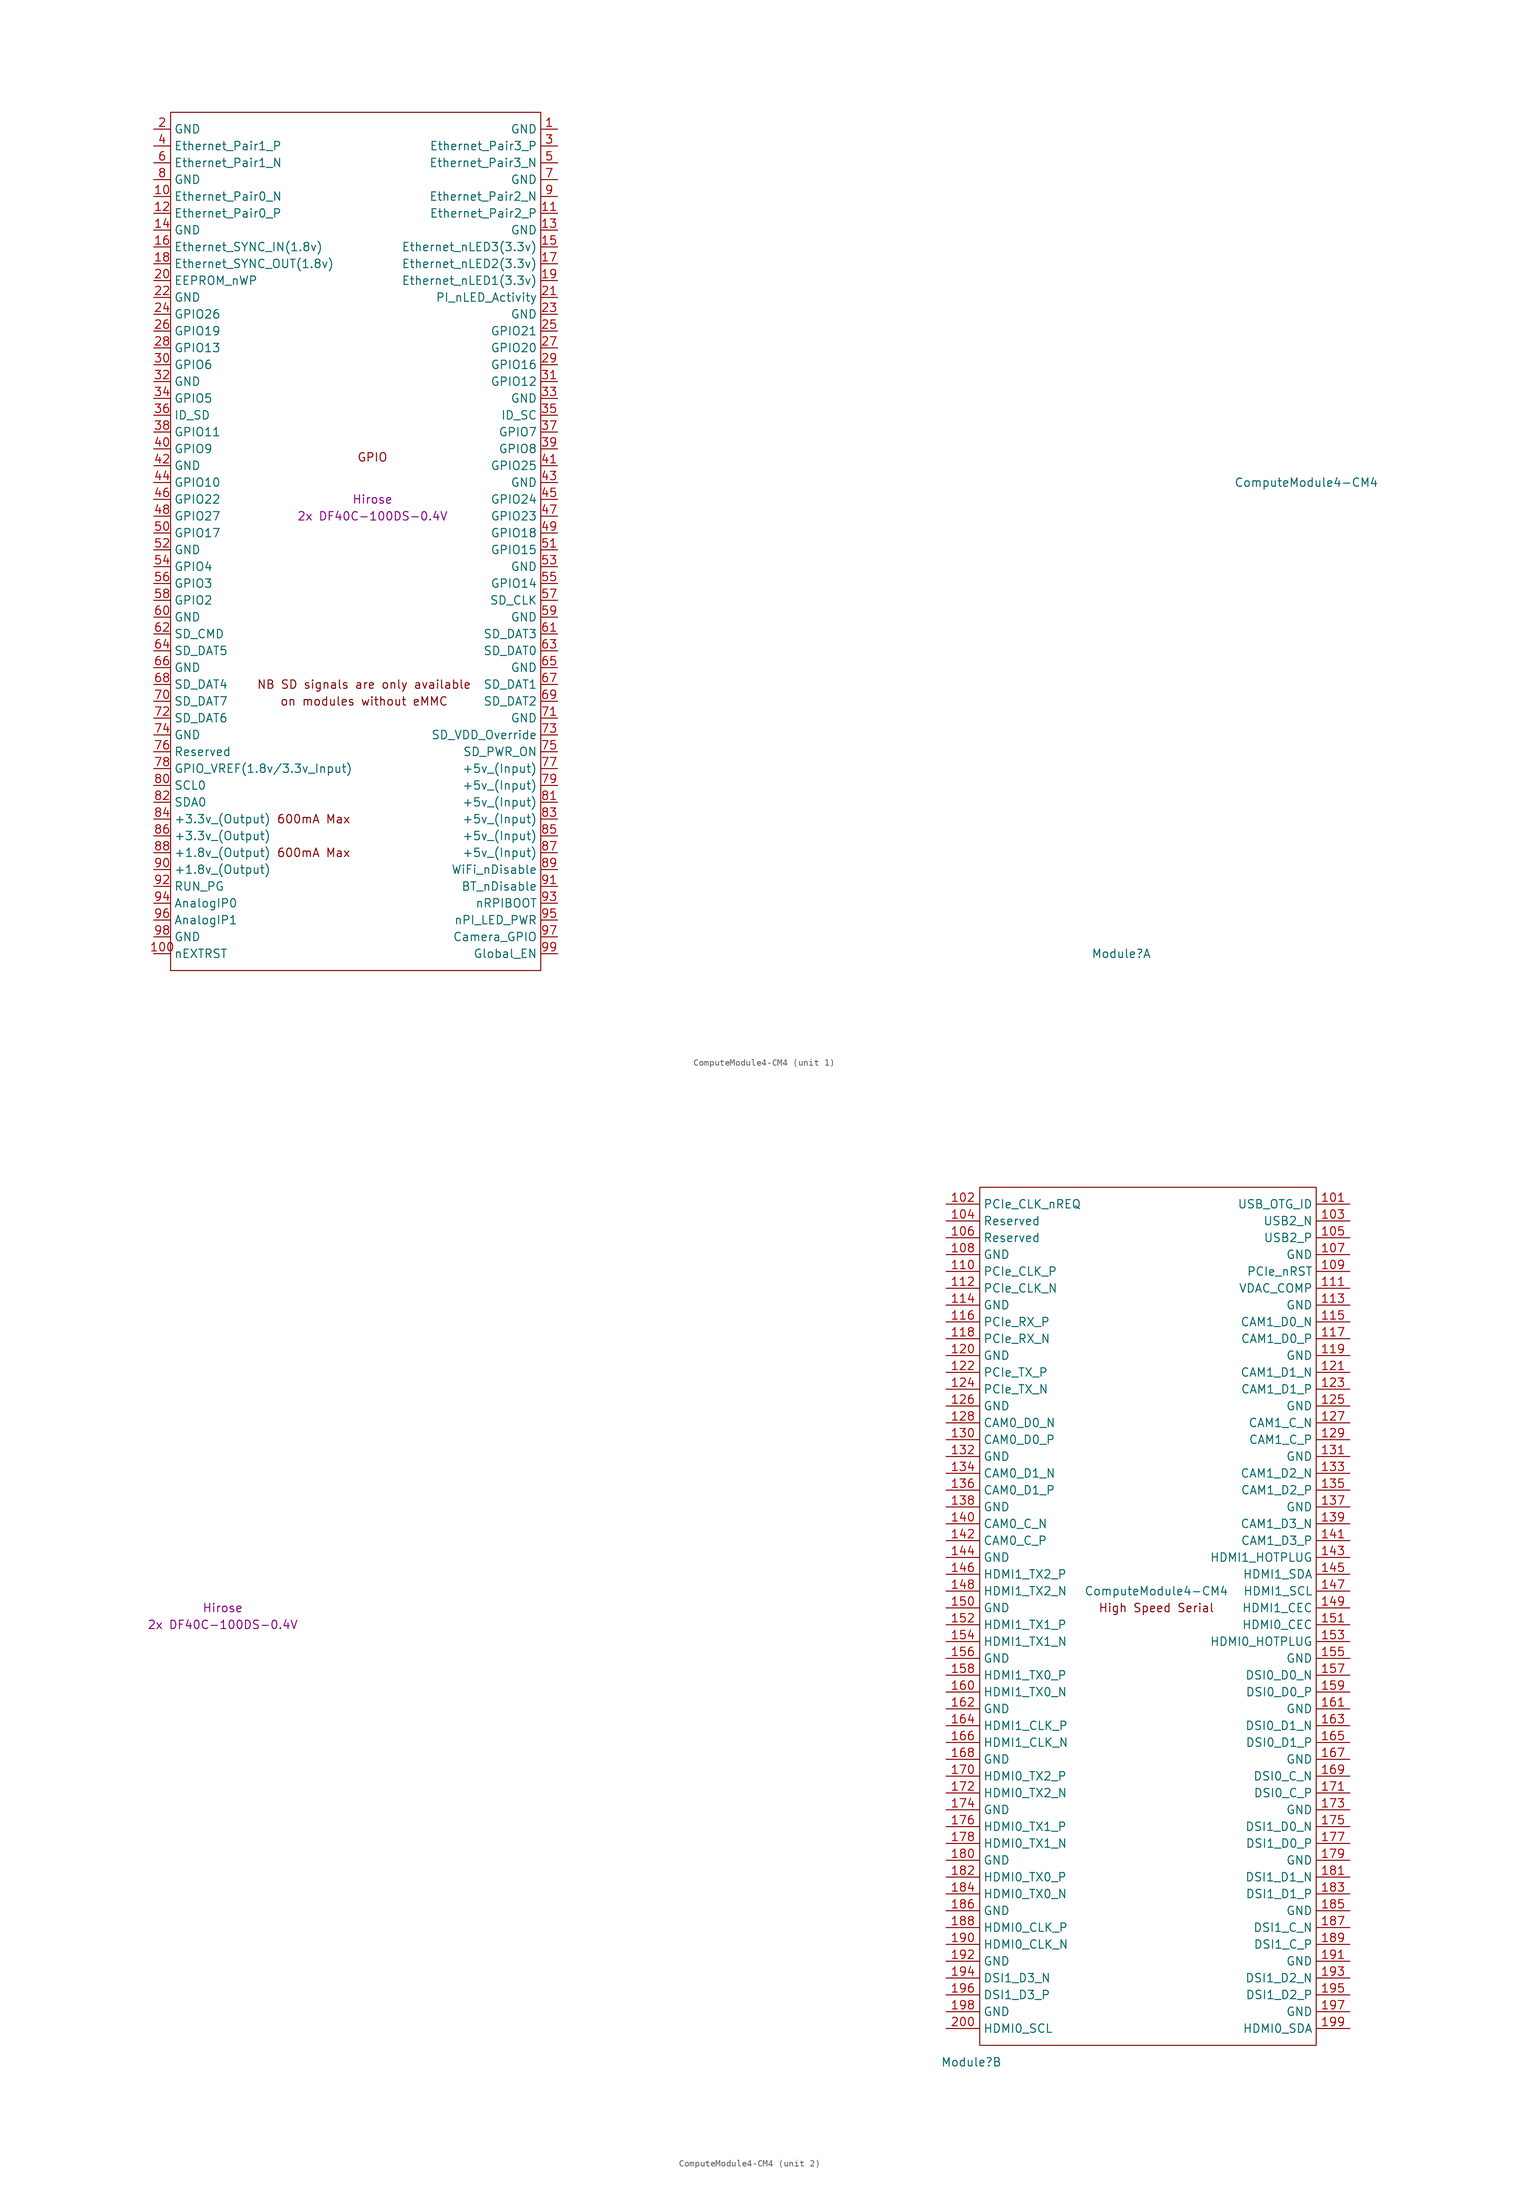
<source format=kicad_sym>
(kicad_symbol_lib
  (version 20201005)
  (generator kicad_symbol_editor)
  (symbol "aep2:ComputeModule4-CM4"
    (property "Reference" "Module"
      (at 113.03 -68.58 0)
      (effects (font (size 1.27 1.27))))
    (property "Value" "ComputeModule4-CM4"
      (at 140.97 2.54 0)
      (effects (font (size 1.27 1.27))))
    (property "Field4" "Hirose"
      (at 0 0 0)
      (effects (font (size 1.27 1.27))))
    (property "Field5" "2x DF40C-100DS-0.4V"
      (at 0 -2.54 0)
      (effects (font (size 1.27 1.27))))
    (symbol "ComputeModule4-CM4_1_0"
      (text "GPIO" (at 0 6.35 0) (effects (font (size 1.27 1.27)))))
    (symbol "ComputeModule4-CM4_1_1"
      (text "600mA Max" (at -8.89 -53.34 0) (effects (font (size 1.27 1.27))))
      (text "600mA Max" (at -8.89 -48.26 0) (effects (font (size 1.27 1.27))))
      (text "NB SD signals are only available" (at -1.27 -27.94 0) (effects (font (size 1.27 1.27))))
      (text "on modules without eMMC" (at -1.27 -30.48 0) (effects (font (size 1.27 1.27))))
      (rectangle (start -30.48 -71.12) (end 25.4 58.42) (stroke (width 0)) (fill (type none)))
      (pin power_in line (at 27.94 55.88 180) (length 2.54) (name "GND" (effects (font (size 1.27 1.27)))) (number "1" (effects (font (size 1.27 1.27)))))
      (pin passive line (at -33.02 45.72 0) (length 2.54) (name "Ethernet_Pair0_N" (effects (font (size 1.27 1.27)))) (number "10" (effects (font (size 1.27 1.27)))))
      (pin output line (at -33.02 -68.58 0) (length 2.54) (name "nEXTRST" (effects (font (size 1.27 1.27)))) (number "100" (effects (font (size 1.27 1.27)))))
      (pin passive line (at 27.94 43.18 180) (length 2.54) (name "Ethernet_Pair2_P" (effects (font (size 1.27 1.27)))) (number "11" (effects (font (size 1.27 1.27)))))
      (pin passive line (at -33.02 43.18 0) (length 2.54) (name "Ethernet_Pair0_P" (effects (font (size 1.27 1.27)))) (number "12" (effects (font (size 1.27 1.27)))))
      (pin power_in line (at 27.94 40.64 180) (length 2.54) (name "GND" (effects (font (size 1.27 1.27)))) (number "13" (effects (font (size 1.27 1.27)))))
      (pin power_in line (at -33.02 40.64 0) (length 2.54) (name "GND" (effects (font (size 1.27 1.27)))) (number "14" (effects (font (size 1.27 1.27)))))
      (pin output line (at 27.94 38.1 180) (length 2.54) (name "Ethernet_nLED3(3.3v)" (effects (font (size 1.27 1.27)))) (number "15" (effects (font (size 1.27 1.27)))))
      (pin input line (at -33.02 38.1 0) (length 2.54) (name "Ethernet_SYNC_IN(1.8v)" (effects (font (size 1.27 1.27)))) (number "16" (effects (font (size 1.27 1.27)))))
      (pin output line (at 27.94 35.56 180) (length 2.54) (name "Ethernet_nLED2(3.3v)" (effects (font (size 1.27 1.27)))) (number "17" (effects (font (size 1.27 1.27)))))
      (pin input line (at -33.02 35.56 0) (length 2.54) (name "Ethernet_SYNC_OUT(1.8v)" (effects (font (size 1.27 1.27)))) (number "18" (effects (font (size 1.27 1.27)))))
      (pin output line (at 27.94 33.02 180) (length 2.54) (name "Ethernet_nLED1(3.3v)" (effects (font (size 1.27 1.27)))) (number "19" (effects (font (size 1.27 1.27)))))
      (pin power_in line (at -33.02 55.88 0) (length 2.54) (name "GND" (effects (font (size 1.27 1.27)))) (number "2" (effects (font (size 1.27 1.27)))))
      (pin passive line (at -33.02 33.02 0) (length 2.54) (name "EEPROM_nWP" (effects (font (size 1.27 1.27)))) (number "20" (effects (font (size 1.27 1.27)))))
      (pin open_collector line (at 27.94 30.48 180) (length 2.54) (name "PI_nLED_Activity" (effects (font (size 1.27 1.27)))) (number "21" (effects (font (size 1.27 1.27)))))
      (pin power_in line (at -33.02 30.48 0) (length 2.54) (name "GND" (effects (font (size 1.27 1.27)))) (number "22" (effects (font (size 1.27 1.27)))))
      (pin power_in line (at 27.94 27.94 180) (length 2.54) (name "GND" (effects (font (size 1.27 1.27)))) (number "23" (effects (font (size 1.27 1.27)))))
      (pin passive line (at -33.02 27.94 0) (length 2.54) (name "GPIO26" (effects (font (size 1.27 1.27)))) (number "24" (effects (font (size 1.27 1.27)))))
      (pin passive line (at 27.94 25.4 180) (length 2.54) (name "GPIO21" (effects (font (size 1.27 1.27)))) (number "25" (effects (font (size 1.27 1.27)))))
      (pin passive line (at -33.02 25.4 0) (length 2.54) (name "GPIO19" (effects (font (size 1.27 1.27)))) (number "26" (effects (font (size 1.27 1.27)))))
      (pin passive line (at 27.94 22.86 180) (length 2.54) (name "GPIO20" (effects (font (size 1.27 1.27)))) (number "27" (effects (font (size 1.27 1.27)))))
      (pin passive line (at -33.02 22.86 0) (length 2.54) (name "GPIO13" (effects (font (size 1.27 1.27)))) (number "28" (effects (font (size 1.27 1.27)))))
      (pin passive line (at 27.94 20.32 180) (length 2.54) (name "GPIO16" (effects (font (size 1.27 1.27)))) (number "29" (effects (font (size 1.27 1.27)))))
      (pin passive line (at 27.94 53.34 180) (length 2.54) (name "Ethernet_Pair3_P" (effects (font (size 1.27 1.27)))) (number "3" (effects (font (size 1.27 1.27)))))
      (pin passive line (at -33.02 20.32 0) (length 2.54) (name "GPIO6" (effects (font (size 1.27 1.27)))) (number "30" (effects (font (size 1.27 1.27)))))
      (pin passive line (at 27.94 17.78 180) (length 2.54) (name "GPIO12" (effects (font (size 1.27 1.27)))) (number "31" (effects (font (size 1.27 1.27)))))
      (pin power_in line (at -33.02 17.78 0) (length 2.54) (name "GND" (effects (font (size 1.27 1.27)))) (number "32" (effects (font (size 1.27 1.27)))))
      (pin power_in line (at 27.94 15.24 180) (length 2.54) (name "GND" (effects (font (size 1.27 1.27)))) (number "33" (effects (font (size 1.27 1.27)))))
      (pin passive line (at -33.02 15.24 0) (length 2.54) (name "GPIO5" (effects (font (size 1.27 1.27)))) (number "34" (effects (font (size 1.27 1.27)))))
      (pin passive line (at 27.94 12.7 180) (length 2.54) (name "ID_SC" (effects (font (size 1.27 1.27)))) (number "35" (effects (font (size 1.27 1.27)))))
      (pin passive line (at -33.02 12.7 0) (length 2.54) (name "ID_SD" (effects (font (size 1.27 1.27)))) (number "36" (effects (font (size 1.27 1.27)))))
      (pin passive line (at 27.94 10.16 180) (length 2.54) (name "GPIO7" (effects (font (size 1.27 1.27)))) (number "37" (effects (font (size 1.27 1.27)))))
      (pin passive line (at -33.02 10.16 0) (length 2.54) (name "GPIO11" (effects (font (size 1.27 1.27)))) (number "38" (effects (font (size 1.27 1.27)))))
      (pin passive line (at 27.94 7.62 180) (length 2.54) (name "GPIO8" (effects (font (size 1.27 1.27)))) (number "39" (effects (font (size 1.27 1.27)))))
      (pin passive line (at -33.02 53.34 0) (length 2.54) (name "Ethernet_Pair1_P" (effects (font (size 1.27 1.27)))) (number "4" (effects (font (size 1.27 1.27)))))
      (pin passive line (at -33.02 7.62 0) (length 2.54) (name "GPIO9" (effects (font (size 1.27 1.27)))) (number "40" (effects (font (size 1.27 1.27)))))
      (pin passive line (at 27.94 5.08 180) (length 2.54) (name "GPIO25" (effects (font (size 1.27 1.27)))) (number "41" (effects (font (size 1.27 1.27)))))
      (pin power_in line (at -33.02 5.08 0) (length 2.54) (name "GND" (effects (font (size 1.27 1.27)))) (number "42" (effects (font (size 1.27 1.27)))))
      (pin power_in line (at 27.94 2.54 180) (length 2.54) (name "GND" (effects (font (size 1.27 1.27)))) (number "43" (effects (font (size 1.27 1.27)))))
      (pin passive line (at -33.02 2.54 0) (length 2.54) (name "GPIO10" (effects (font (size 1.27 1.27)))) (number "44" (effects (font (size 1.27 1.27)))))
      (pin passive line (at 27.94 0 180) (length 2.54) (name "GPIO24" (effects (font (size 1.27 1.27)))) (number "45" (effects (font (size 1.27 1.27)))))
      (pin passive line (at -33.02 0 0) (length 2.54) (name "GPIO22" (effects (font (size 1.27 1.27)))) (number "46" (effects (font (size 1.27 1.27)))))
      (pin passive line (at 27.94 -2.54 180) (length 2.54) (name "GPIO23" (effects (font (size 1.27 1.27)))) (number "47" (effects (font (size 1.27 1.27)))))
      (pin passive line (at -33.02 -2.54 0) (length 2.54) (name "GPIO27" (effects (font (size 1.27 1.27)))) (number "48" (effects (font (size 1.27 1.27)))))
      (pin passive line (at 27.94 -5.08 180) (length 2.54) (name "GPIO18" (effects (font (size 1.27 1.27)))) (number "49" (effects (font (size 1.27 1.27)))))
      (pin passive line (at 27.94 50.8 180) (length 2.54) (name "Ethernet_Pair3_N" (effects (font (size 1.27 1.27)))) (number "5" (effects (font (size 1.27 1.27)))))
      (pin passive line (at -33.02 -5.08 0) (length 2.54) (name "GPIO17" (effects (font (size 1.27 1.27)))) (number "50" (effects (font (size 1.27 1.27)))))
      (pin passive line (at 27.94 -7.62 180) (length 2.54) (name "GPIO15" (effects (font (size 1.27 1.27)))) (number "51" (effects (font (size 1.27 1.27)))))
      (pin power_in line (at -33.02 -7.62 0) (length 2.54) (name "GND" (effects (font (size 1.27 1.27)))) (number "52" (effects (font (size 1.27 1.27)))))
      (pin power_in line (at 27.94 -10.16 180) (length 2.54) (name "GND" (effects (font (size 1.27 1.27)))) (number "53" (effects (font (size 1.27 1.27)))))
      (pin passive line (at -33.02 -10.16 0) (length 2.54) (name "GPIO4" (effects (font (size 1.27 1.27)))) (number "54" (effects (font (size 1.27 1.27)))))
      (pin passive line (at 27.94 -12.7 180) (length 2.54) (name "GPIO14" (effects (font (size 1.27 1.27)))) (number "55" (effects (font (size 1.27 1.27)))))
      (pin passive line (at -33.02 -12.7 0) (length 2.54) (name "GPIO3" (effects (font (size 1.27 1.27)))) (number "56" (effects (font (size 1.27 1.27)))))
      (pin passive line (at 27.94 -15.24 180) (length 2.54) (name "SD_CLK" (effects (font (size 1.27 1.27)))) (number "57" (effects (font (size 1.27 1.27)))))
      (pin passive line (at -33.02 -15.24 0) (length 2.54) (name "GPIO2" (effects (font (size 1.27 1.27)))) (number "58" (effects (font (size 1.27 1.27)))))
      (pin power_in line (at 27.94 -17.78 180) (length 2.54) (name "GND" (effects (font (size 1.27 1.27)))) (number "59" (effects (font (size 1.27 1.27)))))
      (pin passive line (at -33.02 50.8 0) (length 2.54) (name "Ethernet_Pair1_N" (effects (font (size 1.27 1.27)))) (number "6" (effects (font (size 1.27 1.27)))))
      (pin power_in line (at -33.02 -17.78 0) (length 2.54) (name "GND" (effects (font (size 1.27 1.27)))) (number "60" (effects (font (size 1.27 1.27)))))
      (pin passive line (at 27.94 -20.32 180) (length 2.54) (name "SD_DAT3" (effects (font (size 1.27 1.27)))) (number "61" (effects (font (size 1.27 1.27)))))
      (pin passive line (at -33.02 -20.32 0) (length 2.54) (name "SD_CMD" (effects (font (size 1.27 1.27)))) (number "62" (effects (font (size 1.27 1.27)))))
      (pin passive line (at 27.94 -22.86 180) (length 2.54) (name "SD_DAT0" (effects (font (size 1.27 1.27)))) (number "63" (effects (font (size 1.27 1.27)))))
      (pin passive line (at -33.02 -22.86 0) (length 2.54) (name "SD_DAT5" (effects (font (size 1.27 1.27)))) (number "64" (effects (font (size 1.27 1.27)))))
      (pin power_in line (at 27.94 -25.4 180) (length 2.54) (name "GND" (effects (font (size 1.27 1.27)))) (number "65" (effects (font (size 1.27 1.27)))))
      (pin power_in line (at -33.02 -25.4 0) (length 2.54) (name "GND" (effects (font (size 1.27 1.27)))) (number "66" (effects (font (size 1.27 1.27)))))
      (pin passive line (at 27.94 -27.94 180) (length 2.54) (name "SD_DAT1" (effects (font (size 1.27 1.27)))) (number "67" (effects (font (size 1.27 1.27)))))
      (pin passive line (at -33.02 -27.94 0) (length 2.54) (name "SD_DAT4" (effects (font (size 1.27 1.27)))) (number "68" (effects (font (size 1.27 1.27)))))
      (pin passive line (at 27.94 -30.48 180) (length 2.54) (name "SD_DAT2" (effects (font (size 1.27 1.27)))) (number "69" (effects (font (size 1.27 1.27)))))
      (pin power_in line (at 27.94 48.26 180) (length 2.54) (name "GND" (effects (font (size 1.27 1.27)))) (number "7" (effects (font (size 1.27 1.27)))))
      (pin passive line (at -33.02 -30.48 0) (length 2.54) (name "SD_DAT7" (effects (font (size 1.27 1.27)))) (number "70" (effects (font (size 1.27 1.27)))))
      (pin power_in line (at 27.94 -33.02 180) (length 2.54) (name "GND" (effects (font (size 1.27 1.27)))) (number "71" (effects (font (size 1.27 1.27)))))
      (pin passive line (at -33.02 -33.02 0) (length 2.54) (name "SD_DAT6" (effects (font (size 1.27 1.27)))) (number "72" (effects (font (size 1.27 1.27)))))
      (pin input line (at 27.94 -35.56 180) (length 2.54) (name "SD_VDD_Override" (effects (font (size 1.27 1.27)))) (number "73" (effects (font (size 1.27 1.27)))))
      (pin power_in line (at -33.02 -35.56 0) (length 2.54) (name "GND" (effects (font (size 1.27 1.27)))) (number "74" (effects (font (size 1.27 1.27)))))
      (pin output line (at 27.94 -38.1 180) (length 2.54) (name "SD_PWR_ON" (effects (font (size 1.27 1.27)))) (number "75" (effects (font (size 1.27 1.27)))))
      (pin passive line (at -33.02 -38.1 0) (length 2.54) (name "Reserved" (effects (font (size 1.27 1.27)))) (number "76" (effects (font (size 1.27 1.27)))))
      (pin power_in line (at 27.94 -40.64 180) (length 2.54) (name "+5v_(Input)" (effects (font (size 1.27 1.27)))) (number "77" (effects (font (size 1.27 1.27)))))
      (pin power_in line (at -33.02 -40.64 0) (length 2.54) (name "GPIO_VREF(1.8v/3.3v_Input)" (effects (font (size 1.27 1.27)))) (number "78" (effects (font (size 1.27 1.27)))))
      (pin power_in line (at 27.94 -43.18 180) (length 2.54) (name "+5v_(Input)" (effects (font (size 1.27 1.27)))) (number "79" (effects (font (size 1.27 1.27)))))
      (pin power_in line (at -33.02 48.26 0) (length 2.54) (name "GND" (effects (font (size 1.27 1.27)))) (number "8" (effects (font (size 1.27 1.27)))))
      (pin passive line (at -33.02 -43.18 0) (length 2.54) (name "SCL0" (effects (font (size 1.27 1.27)))) (number "80" (effects (font (size 1.27 1.27)))))
      (pin power_in line (at 27.94 -45.72 180) (length 2.54) (name "+5v_(Input)" (effects (font (size 1.27 1.27)))) (number "81" (effects (font (size 1.27 1.27)))))
      (pin passive line (at -33.02 -45.72 0) (length 2.54) (name "SDA0" (effects (font (size 1.27 1.27)))) (number "82" (effects (font (size 1.27 1.27)))))
      (pin power_in line (at 27.94 -48.26 180) (length 2.54) (name "+5v_(Input)" (effects (font (size 1.27 1.27)))) (number "83" (effects (font (size 1.27 1.27)))))
      (pin power_out line (at -33.02 -48.26 0) (length 2.54) (name "+3.3v_(Output)" (effects (font (size 1.27 1.27)))) (number "84" (effects (font (size 1.27 1.27)))))
      (pin power_in line (at 27.94 -50.8 180) (length 2.54) (name "+5v_(Input)" (effects (font (size 1.27 1.27)))) (number "85" (effects (font (size 1.27 1.27)))))
      (pin power_out line (at -33.02 -50.8 0) (length 2.54) (name "+3.3v_(Output)" (effects (font (size 1.27 1.27)))) (number "86" (effects (font (size 1.27 1.27)))))
      (pin power_in line (at 27.94 -53.34 180) (length 2.54) (name "+5v_(Input)" (effects (font (size 1.27 1.27)))) (number "87" (effects (font (size 1.27 1.27)))))
      (pin power_out line (at -33.02 -53.34 0) (length 2.54) (name "+1.8v_(Output)" (effects (font (size 1.27 1.27)))) (number "88" (effects (font (size 1.27 1.27)))))
      (pin power_in line (at 27.94 -55.88 180) (length 2.54) (name "WiFi_nDisable" (effects (font (size 1.27 1.27)))) (number "89" (effects (font (size 1.27 1.27)))))
      (pin passive line (at 27.94 45.72 180) (length 2.54) (name "Ethernet_Pair2_N" (effects (font (size 1.27 1.27)))) (number "9" (effects (font (size 1.27 1.27)))))
      (pin power_out line (at -33.02 -55.88 0) (length 2.54) (name "+1.8v_(Output)" (effects (font (size 1.27 1.27)))) (number "90" (effects (font (size 1.27 1.27)))))
      (pin power_in line (at 27.94 -58.42 180) (length 2.54) (name "BT_nDisable" (effects (font (size 1.27 1.27)))) (number "91" (effects (font (size 1.27 1.27)))))
      (pin passive line (at -33.02 -58.42 0) (length 2.54) (name "RUN_PG" (effects (font (size 1.27 1.27)))) (number "92" (effects (font (size 1.27 1.27)))))
      (pin input line (at 27.94 -60.96 180) (length 2.54) (name "nRPIBOOT" (effects (font (size 1.27 1.27)))) (number "93" (effects (font (size 1.27 1.27)))))
      (pin passive line (at -33.02 -60.96 0) (length 2.54) (name "AnalogIP0" (effects (font (size 1.27 1.27)))) (number "94" (effects (font (size 1.27 1.27)))))
      (pin output line (at 27.94 -63.5 180) (length 2.54) (name "nPI_LED_PWR" (effects (font (size 1.27 1.27)))) (number "95" (effects (font (size 1.27 1.27)))))
      (pin passive line (at -33.02 -63.5 0) (length 2.54) (name "AnalogIP1" (effects (font (size 1.27 1.27)))) (number "96" (effects (font (size 1.27 1.27)))))
      (pin passive line (at 27.94 -66.04 180) (length 2.54) (name "Camera_GPIO" (effects (font (size 1.27 1.27)))) (number "97" (effects (font (size 1.27 1.27)))))
      (pin power_in line (at -33.02 -66.04 0) (length 2.54) (name "GND" (effects (font (size 1.27 1.27)))) (number "98" (effects (font (size 1.27 1.27)))))
      (pin input line (at 27.94 -68.58 180) (length 2.54) (name "Global_EN" (effects (font (size 1.27 1.27)))) (number "99" (effects (font (size 1.27 1.27))))))
    (symbol "ComputeModule4-CM4_2_1"
      (text "High Speed Serial" (at 140.97 0 0) (effects (font (size 1.27 1.27))))
      (rectangle (start 114.3 -66.04) (end 165.1 63.5) (stroke (width 0)) (fill (type none)))
      (pin input line (at 170.18 60.96 180) (length 5.08) (name "USB_OTG_ID" (effects (font (size 1.27 1.27)))) (number "101" (effects (font (size 1.27 1.27)))))
      (pin input line (at 109.22 60.96 0) (length 5.08) (name "PCIe_CLK_nREQ" (effects (font (size 1.27 1.27)))) (number "102" (effects (font (size 1.27 1.27)))))
      (pin passive line (at 170.18 58.42 180) (length 5.08) (name "USB2_N" (effects (font (size 1.27 1.27)))) (number "103" (effects (font (size 1.27 1.27)))))
      (pin passive line (at 109.22 58.42 0) (length 5.08) (name "Reserved" (effects (font (size 1.27 1.27)))) (number "104" (effects (font (size 1.27 1.27)))))
      (pin passive line (at 170.18 55.88 180) (length 5.08) (name "USB2_P" (effects (font (size 1.27 1.27)))) (number "105" (effects (font (size 1.27 1.27)))))
      (pin passive line (at 109.22 55.88 0) (length 5.08) (name "Reserved" (effects (font (size 1.27 1.27)))) (number "106" (effects (font (size 1.27 1.27)))))
      (pin power_in line (at 170.18 53.34 180) (length 5.08) (name "GND" (effects (font (size 1.27 1.27)))) (number "107" (effects (font (size 1.27 1.27)))))
      (pin power_in line (at 109.22 53.34 0) (length 5.08) (name "GND" (effects (font (size 1.27 1.27)))) (number "108" (effects (font (size 1.27 1.27)))))
      (pin bidirectional line (at 170.18 50.8 180) (length 5.08) (name "PCIe_nRST" (effects (font (size 1.27 1.27)))) (number "109" (effects (font (size 1.27 1.27)))))
      (pin output line (at 109.22 50.8 0) (length 5.08) (name "PCIe_CLK_P" (effects (font (size 1.27 1.27)))) (number "110" (effects (font (size 1.27 1.27)))))
      (pin passive line (at 170.18 48.26 180) (length 5.08) (name "VDAC_COMP" (effects (font (size 1.27 1.27)))) (number "111" (effects (font (size 1.27 1.27)))))
      (pin output line (at 109.22 48.26 0) (length 5.08) (name "PCIe_CLK_N" (effects (font (size 1.27 1.27)))) (number "112" (effects (font (size 1.27 1.27)))))
      (pin power_in line (at 170.18 45.72 180) (length 5.08) (name "GND" (effects (font (size 1.27 1.27)))) (number "113" (effects (font (size 1.27 1.27)))))
      (pin power_in line (at 109.22 45.72 0) (length 5.08) (name "GND" (effects (font (size 1.27 1.27)))) (number "114" (effects (font (size 1.27 1.27)))))
      (pin input line (at 170.18 43.18 180) (length 5.08) (name "CAM1_D0_N" (effects (font (size 1.27 1.27)))) (number "115" (effects (font (size 1.27 1.27)))))
      (pin input line (at 109.22 43.18 0) (length 5.08) (name "PCIe_RX_P" (effects (font (size 1.27 1.27)))) (number "116" (effects (font (size 1.27 1.27)))))
      (pin input line (at 170.18 40.64 180) (length 5.08) (name "CAM1_D0_P" (effects (font (size 1.27 1.27)))) (number "117" (effects (font (size 1.27 1.27)))))
      (pin input line (at 109.22 40.64 0) (length 5.08) (name "PCIe_RX_N" (effects (font (size 1.27 1.27)))) (number "118" (effects (font (size 1.27 1.27)))))
      (pin power_in line (at 170.18 38.1 180) (length 5.08) (name "GND" (effects (font (size 1.27 1.27)))) (number "119" (effects (font (size 1.27 1.27)))))
      (pin power_in line (at 109.22 38.1 0) (length 5.08) (name "GND" (effects (font (size 1.27 1.27)))) (number "120" (effects (font (size 1.27 1.27)))))
      (pin input line (at 170.18 35.56 180) (length 5.08) (name "CAM1_D1_N" (effects (font (size 1.27 1.27)))) (number "121" (effects (font (size 1.27 1.27)))))
      (pin output line (at 109.22 35.56 0) (length 5.08) (name "PCIe_TX_P" (effects (font (size 1.27 1.27)))) (number "122" (effects (font (size 1.27 1.27)))))
      (pin input line (at 170.18 33.02 180) (length 5.08) (name "CAM1_D1_P" (effects (font (size 1.27 1.27)))) (number "123" (effects (font (size 1.27 1.27)))))
      (pin output line (at 109.22 33.02 0) (length 5.08) (name "PCIe_TX_N" (effects (font (size 1.27 1.27)))) (number "124" (effects (font (size 1.27 1.27)))))
      (pin power_in line (at 170.18 30.48 180) (length 5.08) (name "GND" (effects (font (size 1.27 1.27)))) (number "125" (effects (font (size 1.27 1.27)))))
      (pin power_in line (at 109.22 30.48 0) (length 5.08) (name "GND" (effects (font (size 1.27 1.27)))) (number "126" (effects (font (size 1.27 1.27)))))
      (pin input line (at 170.18 27.94 180) (length 5.08) (name "CAM1_C_N" (effects (font (size 1.27 1.27)))) (number "127" (effects (font (size 1.27 1.27)))))
      (pin input line (at 109.22 27.94 0) (length 5.08) (name "CAM0_D0_N" (effects (font (size 1.27 1.27)))) (number "128" (effects (font (size 1.27 1.27)))))
      (pin input line (at 170.18 25.4 180) (length 5.08) (name "CAM1_C_P" (effects (font (size 1.27 1.27)))) (number "129" (effects (font (size 1.27 1.27)))))
      (pin input line (at 109.22 25.4 0) (length 5.08) (name "CAM0_D0_P" (effects (font (size 1.27 1.27)))) (number "130" (effects (font (size 1.27 1.27)))))
      (pin power_in line (at 170.18 22.86 180) (length 5.08) (name "GND" (effects (font (size 1.27 1.27)))) (number "131" (effects (font (size 1.27 1.27)))))
      (pin power_in line (at 109.22 22.86 0) (length 5.08) (name "GND" (effects (font (size 1.27 1.27)))) (number "132" (effects (font (size 1.27 1.27)))))
      (pin input line (at 170.18 20.32 180) (length 5.08) (name "CAM1_D2_N" (effects (font (size 1.27 1.27)))) (number "133" (effects (font (size 1.27 1.27)))))
      (pin input line (at 109.22 20.32 0) (length 5.08) (name "CAM0_D1_N" (effects (font (size 1.27 1.27)))) (number "134" (effects (font (size 1.27 1.27)))))
      (pin input line (at 170.18 17.78 180) (length 5.08) (name "CAM1_D2_P" (effects (font (size 1.27 1.27)))) (number "135" (effects (font (size 1.27 1.27)))))
      (pin input line (at 109.22 17.78 0) (length 5.08) (name "CAM0_D1_P" (effects (font (size 1.27 1.27)))) (number "136" (effects (font (size 1.27 1.27)))))
      (pin power_in line (at 170.18 15.24 180) (length 5.08) (name "GND" (effects (font (size 1.27 1.27)))) (number "137" (effects (font (size 1.27 1.27)))))
      (pin power_in line (at 109.22 15.24 0) (length 5.08) (name "GND" (effects (font (size 1.27 1.27)))) (number "138" (effects (font (size 1.27 1.27)))))
      (pin input line (at 170.18 12.7 180) (length 5.08) (name "CAM1_D3_N" (effects (font (size 1.27 1.27)))) (number "139" (effects (font (size 1.27 1.27)))))
      (pin input line (at 109.22 12.7 0) (length 5.08) (name "CAM0_C_N" (effects (font (size 1.27 1.27)))) (number "140" (effects (font (size 1.27 1.27)))))
      (pin input line (at 170.18 10.16 180) (length 5.08) (name "CAM1_D3_P" (effects (font (size 1.27 1.27)))) (number "141" (effects (font (size 1.27 1.27)))))
      (pin input line (at 109.22 10.16 0) (length 5.08) (name "CAM0_C_P" (effects (font (size 1.27 1.27)))) (number "142" (effects (font (size 1.27 1.27)))))
      (pin input line (at 170.18 7.62 180) (length 5.08) (name "HDMI1_HOTPLUG" (effects (font (size 1.27 1.27)))) (number "143" (effects (font (size 1.27 1.27)))))
      (pin power_in line (at 109.22 7.62 0) (length 5.08) (name "GND" (effects (font (size 1.27 1.27)))) (number "144" (effects (font (size 1.27 1.27)))))
      (pin bidirectional line (at 170.18 5.08 180) (length 5.08) (name "HDMI1_SDA" (effects (font (size 1.27 1.27)))) (number "145" (effects (font (size 1.27 1.27)))))
      (pin output line (at 109.22 5.08 0) (length 5.08) (name "HDMI1_TX2_P" (effects (font (size 1.27 1.27)))) (number "146" (effects (font (size 1.27 1.27)))))
      (pin open_collector line (at 170.18 2.54 180) (length 5.08) (name "HDMI1_SCL" (effects (font (size 1.27 1.27)))) (number "147" (effects (font (size 1.27 1.27)))))
      (pin output line (at 109.22 2.54 0) (length 5.08) (name "HDMI1_TX2_N" (effects (font (size 1.27 1.27)))) (number "148" (effects (font (size 1.27 1.27)))))
      (pin open_collector line (at 170.18 0 180) (length 5.08) (name "HDMI1_CEC" (effects (font (size 1.27 1.27)))) (number "149" (effects (font (size 1.27 1.27)))))
      (pin power_in line (at 109.22 0 0) (length 5.08) (name "GND" (effects (font (size 1.27 1.27)))) (number "150" (effects (font (size 1.27 1.27)))))
      (pin open_collector line (at 170.18 -2.54 180) (length 5.08) (name "HDMI0_CEC" (effects (font (size 1.27 1.27)))) (number "151" (effects (font (size 1.27 1.27)))))
      (pin output line (at 109.22 -2.54 0) (length 5.08) (name "HDMI1_TX1_P" (effects (font (size 1.27 1.27)))) (number "152" (effects (font (size 1.27 1.27)))))
      (pin input line (at 170.18 -5.08 180) (length 5.08) (name "HDMI0_HOTPLUG" (effects (font (size 1.27 1.27)))) (number "153" (effects (font (size 1.27 1.27)))))
      (pin output line (at 109.22 -5.08 0) (length 5.08) (name "HDMI1_TX1_N" (effects (font (size 1.27 1.27)))) (number "154" (effects (font (size 1.27 1.27)))))
      (pin power_in line (at 170.18 -7.62 180) (length 5.08) (name "GND" (effects (font (size 1.27 1.27)))) (number "155" (effects (font (size 1.27 1.27)))))
      (pin power_in line (at 109.22 -7.62 0) (length 5.08) (name "GND" (effects (font (size 1.27 1.27)))) (number "156" (effects (font (size 1.27 1.27)))))
      (pin output line (at 170.18 -10.16 180) (length 5.08) (name "DSI0_D0_N" (effects (font (size 1.27 1.27)))) (number "157" (effects (font (size 1.27 1.27)))))
      (pin output line (at 109.22 -10.16 0) (length 5.08) (name "HDMI1_TX0_P" (effects (font (size 1.27 1.27)))) (number "158" (effects (font (size 1.27 1.27)))))
      (pin output line (at 170.18 -12.7 180) (length 5.08) (name "DSI0_D0_P" (effects (font (size 1.27 1.27)))) (number "159" (effects (font (size 1.27 1.27)))))
      (pin output line (at 109.22 -12.7 0) (length 5.08) (name "HDMI1_TX0_N" (effects (font (size 1.27 1.27)))) (number "160" (effects (font (size 1.27 1.27)))))
      (pin power_in line (at 170.18 -15.24 180) (length 5.08) (name "GND" (effects (font (size 1.27 1.27)))) (number "161" (effects (font (size 1.27 1.27)))))
      (pin power_in line (at 109.22 -15.24 0) (length 5.08) (name "GND" (effects (font (size 1.27 1.27)))) (number "162" (effects (font (size 1.27 1.27)))))
      (pin output line (at 170.18 -17.78 180) (length 5.08) (name "DSI0_D1_N" (effects (font (size 1.27 1.27)))) (number "163" (effects (font (size 1.27 1.27)))))
      (pin output line (at 109.22 -17.78 0) (length 5.08) (name "HDMI1_CLK_P" (effects (font (size 1.27 1.27)))) (number "164" (effects (font (size 1.27 1.27)))))
      (pin output line (at 170.18 -20.32 180) (length 5.08) (name "DSI0_D1_P" (effects (font (size 1.27 1.27)))) (number "165" (effects (font (size 1.27 1.27)))))
      (pin output line (at 109.22 -20.32 0) (length 5.08) (name "HDMI1_CLK_N" (effects (font (size 1.27 1.27)))) (number "166" (effects (font (size 1.27 1.27)))))
      (pin power_in line (at 170.18 -22.86 180) (length 5.08) (name "GND" (effects (font (size 1.27 1.27)))) (number "167" (effects (font (size 1.27 1.27)))))
      (pin power_in line (at 109.22 -22.86 0) (length 5.08) (name "GND" (effects (font (size 1.27 1.27)))) (number "168" (effects (font (size 1.27 1.27)))))
      (pin output line (at 170.18 -25.4 180) (length 5.08) (name "DSI0_C_N" (effects (font (size 1.27 1.27)))) (number "169" (effects (font (size 1.27 1.27)))))
      (pin output line (at 109.22 -25.4 0) (length 5.08) (name "HDMI0_TX2_P" (effects (font (size 1.27 1.27)))) (number "170" (effects (font (size 1.27 1.27)))))
      (pin output line (at 170.18 -27.94 180) (length 5.08) (name "DSI0_C_P" (effects (font (size 1.27 1.27)))) (number "171" (effects (font (size 1.27 1.27)))))
      (pin output line (at 109.22 -27.94 0) (length 5.08) (name "HDMI0_TX2_N" (effects (font (size 1.27 1.27)))) (number "172" (effects (font (size 1.27 1.27)))))
      (pin power_in line (at 170.18 -30.48 180) (length 5.08) (name "GND" (effects (font (size 1.27 1.27)))) (number "173" (effects (font (size 1.27 1.27)))))
      (pin power_in line (at 109.22 -30.48 0) (length 5.08) (name "GND" (effects (font (size 1.27 1.27)))) (number "174" (effects (font (size 1.27 1.27)))))
      (pin output line (at 170.18 -33.02 180) (length 5.08) (name "DSI1_D0_N" (effects (font (size 1.27 1.27)))) (number "175" (effects (font (size 1.27 1.27)))))
      (pin output line (at 109.22 -33.02 0) (length 5.08) (name "HDMI0_TX1_P" (effects (font (size 1.27 1.27)))) (number "176" (effects (font (size 1.27 1.27)))))
      (pin output line (at 170.18 -35.56 180) (length 5.08) (name "DSI1_D0_P" (effects (font (size 1.27 1.27)))) (number "177" (effects (font (size 1.27 1.27)))))
      (pin output line (at 109.22 -35.56 0) (length 5.08) (name "HDMI0_TX1_N" (effects (font (size 1.27 1.27)))) (number "178" (effects (font (size 1.27 1.27)))))
      (pin power_in line (at 170.18 -38.1 180) (length 5.08) (name "GND" (effects (font (size 1.27 1.27)))) (number "179" (effects (font (size 1.27 1.27)))))
      (pin power_in line (at 109.22 -38.1 0) (length 5.08) (name "GND" (effects (font (size 1.27 1.27)))) (number "180" (effects (font (size 1.27 1.27)))))
      (pin output line (at 170.18 -40.64 180) (length 5.08) (name "DSI1_D1_N" (effects (font (size 1.27 1.27)))) (number "181" (effects (font (size 1.27 1.27)))))
      (pin output line (at 109.22 -40.64 0) (length 5.08) (name "HDMI0_TX0_P" (effects (font (size 1.27 1.27)))) (number "182" (effects (font (size 1.27 1.27)))))
      (pin output line (at 170.18 -43.18 180) (length 5.08) (name "DSI1_D1_P" (effects (font (size 1.27 1.27)))) (number "183" (effects (font (size 1.27 1.27)))))
      (pin output line (at 109.22 -43.18 0) (length 5.08) (name "HDMI0_TX0_N" (effects (font (size 1.27 1.27)))) (number "184" (effects (font (size 1.27 1.27)))))
      (pin power_in line (at 170.18 -45.72 180) (length 5.08) (name "GND" (effects (font (size 1.27 1.27)))) (number "185" (effects (font (size 1.27 1.27)))))
      (pin power_in line (at 109.22 -45.72 0) (length 5.08) (name "GND" (effects (font (size 1.27 1.27)))) (number "186" (effects (font (size 1.27 1.27)))))
      (pin output line (at 170.18 -48.26 180) (length 5.08) (name "DSI1_C_N" (effects (font (size 1.27 1.27)))) (number "187" (effects (font (size 1.27 1.27)))))
      (pin output line (at 109.22 -48.26 0) (length 5.08) (name "HDMI0_CLK_P" (effects (font (size 1.27 1.27)))) (number "188" (effects (font (size 1.27 1.27)))))
      (pin output line (at 170.18 -50.8 180) (length 5.08) (name "DSI1_C_P" (effects (font (size 1.27 1.27)))) (number "189" (effects (font (size 1.27 1.27)))))
      (pin output line (at 109.22 -50.8 0) (length 5.08) (name "HDMI0_CLK_N" (effects (font (size 1.27 1.27)))) (number "190" (effects (font (size 1.27 1.27)))))
      (pin power_in line (at 170.18 -53.34 180) (length 5.08) (name "GND" (effects (font (size 1.27 1.27)))) (number "191" (effects (font (size 1.27 1.27)))))
      (pin power_in line (at 109.22 -53.34 0) (length 5.08) (name "GND" (effects (font (size 1.27 1.27)))) (number "192" (effects (font (size 1.27 1.27)))))
      (pin output line (at 170.18 -55.88 180) (length 5.08) (name "DSI1_D2_N" (effects (font (size 1.27 1.27)))) (number "193" (effects (font (size 1.27 1.27)))))
      (pin output line (at 109.22 -55.88 0) (length 5.08) (name "DSI1_D3_N" (effects (font (size 1.27 1.27)))) (number "194" (effects (font (size 1.27 1.27)))))
      (pin output line (at 170.18 -58.42 180) (length 5.08) (name "DSI1_D2_P" (effects (font (size 1.27 1.27)))) (number "195" (effects (font (size 1.27 1.27)))))
      (pin output line (at 109.22 -58.42 0) (length 5.08) (name "DSI1_D3_P" (effects (font (size 1.27 1.27)))) (number "196" (effects (font (size 1.27 1.27)))))
      (pin power_in line (at 170.18 -60.96 180) (length 5.08) (name "GND" (effects (font (size 1.27 1.27)))) (number "197" (effects (font (size 1.27 1.27)))))
      (pin power_in line (at 109.22 -60.96 0) (length 5.08) (name "GND" (effects (font (size 1.27 1.27)))) (number "198" (effects (font (size 1.27 1.27)))))
      (pin bidirectional line (at 170.18 -63.5 180) (length 5.08) (name "HDMI0_SDA" (effects (font (size 1.27 1.27)))) (number "199" (effects (font (size 1.27 1.27)))))
      (pin open_collector line (at 109.22 -63.5 0) (length 5.08) (name "HDMI0_SCL" (effects (font (size 1.27 1.27)))) (number "200" (effects (font (size 1.27 1.27))))))))
</source>
